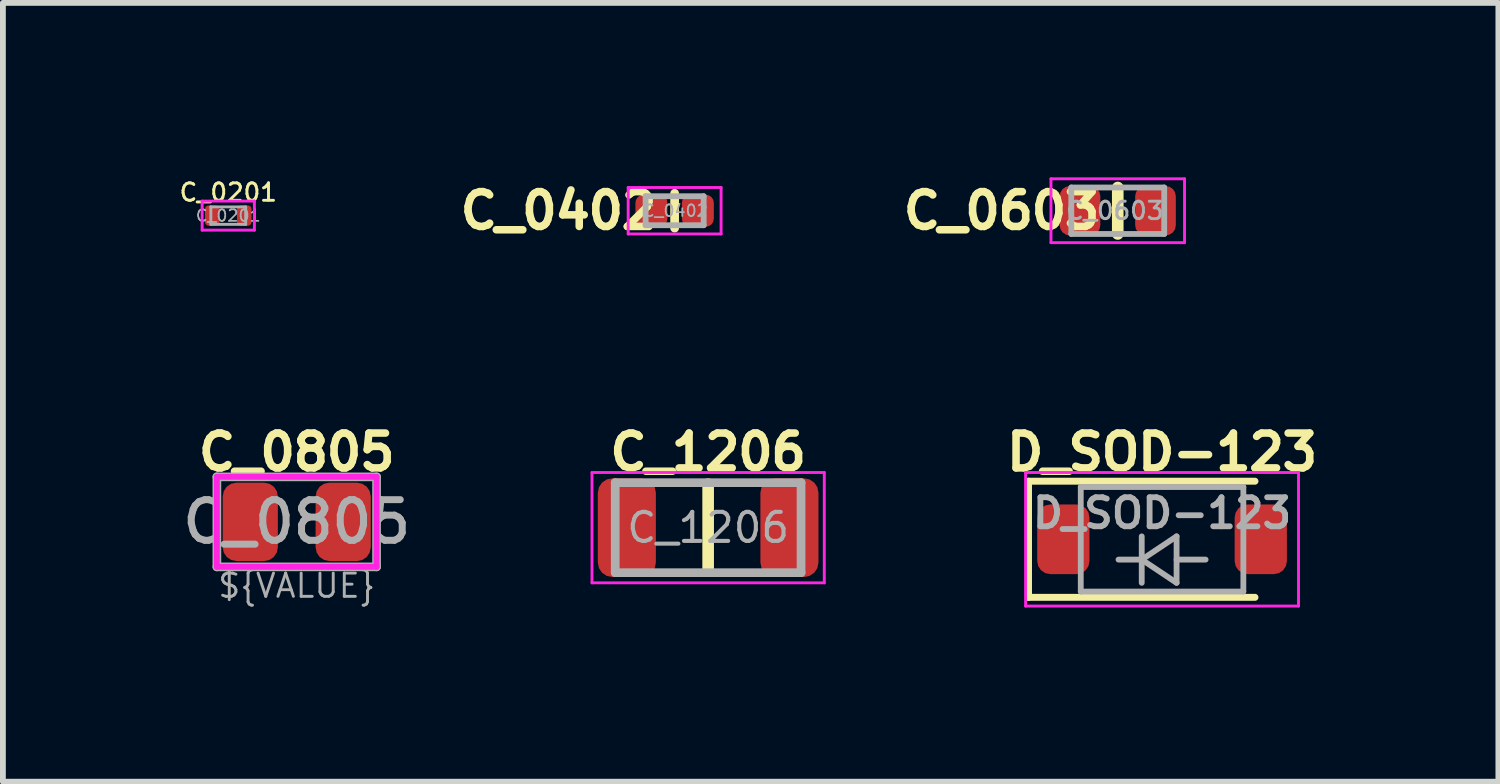
<source format=kicad_pcb>
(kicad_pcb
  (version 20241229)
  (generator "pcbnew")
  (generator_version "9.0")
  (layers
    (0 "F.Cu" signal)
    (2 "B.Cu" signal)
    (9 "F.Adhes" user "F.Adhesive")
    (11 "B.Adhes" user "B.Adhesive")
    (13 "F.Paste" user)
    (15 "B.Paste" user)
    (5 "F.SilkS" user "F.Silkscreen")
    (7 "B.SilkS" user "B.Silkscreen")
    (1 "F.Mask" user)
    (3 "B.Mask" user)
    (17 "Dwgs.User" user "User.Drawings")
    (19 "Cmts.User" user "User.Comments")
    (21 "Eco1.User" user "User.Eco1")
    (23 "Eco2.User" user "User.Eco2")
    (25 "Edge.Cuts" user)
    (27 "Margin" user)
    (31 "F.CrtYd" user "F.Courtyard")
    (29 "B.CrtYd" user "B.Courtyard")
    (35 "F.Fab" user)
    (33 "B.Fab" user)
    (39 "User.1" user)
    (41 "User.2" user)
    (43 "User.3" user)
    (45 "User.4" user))
  (footprint "C_1206"
    (layer "F.Cu")
    (at 9.145 6.037)
    (property "Reference" "C_1206" (at 0 -1.3 0) (layer "F.SilkS") (effects (font (size 0.6 0.6) (thickness 0.13))))
    (property "Value" "${VALUE}" (at 0 1.1 0) (layer "F.Fab") (hide yes) (effects (font (size 0.25 0.25) (thickness 0.05))))
    (attr smd)
    (fp_line (start 0 -0.75) (end 0 0.75) (stroke (width 0.2) (type solid)) (layer "F.SilkS"))
    (fp_line (start -2 -0.95) (end 2 -0.95) (stroke (width 0.05) (type solid)) (layer "F.CrtYd"))
    (fp_line (start -2 0.95) (end -2 -0.95) (stroke (width 0.05) (type solid)) (layer "F.CrtYd"))
    (fp_line (start 2 -0.95) (end 2 0.95) (stroke (width 0.05) (type solid)) (layer "F.CrtYd"))
    (fp_line (start 2 0.95) (end -2 0.95) (stroke (width 0.05) (type solid)) (layer "F.CrtYd"))
    (fp_line (start -1.6 -0.775) (end -1.6 0.775) (stroke (width 0.15) (type solid)) (layer "F.Fab"))
    (fp_line (start -1.6 -0.775) (end 1.6 -0.775) (stroke (width 0.15) (type solid)) (layer "F.Fab"))
    (fp_line (start 1.6 -0.775) (end 1.6 0.775) (stroke (width 0.15) (type solid)) (layer "F.Fab"))
    (fp_line (start 1.6 0.775) (end -1.6 0.775) (stroke (width 0.15) (type solid)) (layer "F.Fab"))
    (fp_text user "${REFERENCE}" (at 0 0 180) (layer "F.Fab") (effects (font (size 0.5 0.5) (thickness 0.07))))
    (pad "1" smd roundrect (at -1.4 0) (size 1 1.7) (layers "F.Cu" "F.Mask" "F.Paste") (roundrect_rratio 0.25))
    (pad "2" smd roundrect (at 1.4 0) (size 1 1.7) (layers "F.Cu" "F.Mask" "F.Paste") (roundrect_rratio 0.25)))
  (footprint "C_0201"
    (layer "F.Cu")
    (at 0.881 0.663)
    (property "Reference" "C_0201" (at 0 -0.4 0) (layer "F.SilkS") (effects (font (size 0.3 0.3) (thickness 0.05))))
    (attr smd)
    (fp_line (start -0.45 -0.25) (end 0.45 -0.25) (stroke (width 0.05) (type solid)) (layer "F.CrtYd"))
    (fp_line (start -0.45 0.25) (end -0.45 -0.25) (stroke (width 0.05) (type solid)) (layer "F.CrtYd"))
    (fp_line (start 0.45 -0.25) (end 0.45 0.25) (stroke (width 0.05) (type solid)) (layer "F.CrtYd"))
    (fp_line (start 0.45 0.25) (end -0.45 0.25) (stroke (width 0.05) (type solid)) (layer "F.CrtYd"))
    (fp_line (start -0.3 -0.15) (end 0.3 -0.15) (stroke (width 0.05) (type solid)) (layer "F.Fab"))
    (fp_line (start -0.3 0.15) (end -0.3 -0.15) (stroke (width 0.05) (type solid)) (layer "F.Fab"))
    (fp_line (start 0.3 -0.15) (end 0.3 0.15) (stroke (width 0.05) (type solid)) (layer "F.Fab"))
    (fp_line (start 0.3 0.15) (end -0.3 0.15) (stroke (width 0.05) (type solid)) (layer "F.Fab"))
    (fp_text user "${REFERENCE}" (at 0 0 0) (layer "F.Fab") (effects (font (size 0.2 0.2) (thickness 0.03))))
    (pad "1" smd roundrect (at -0.275 0) (size 0.25 0.35) (layers "F.Cu" "F.Mask" "F.Paste") (roundrect_rratio 0.25))
    (pad "2" smd roundrect (at 0.275 0) (size 0.25 0.35) (layers "F.Cu" "F.Mask" "F.Paste") (roundrect_rratio 0.25)))
  (footprint "D_SOD-123"
    (layer "F.Cu")
    (at 16.962 6.237)
    (property "Reference" "D_SOD-123" (at 0 -1.5 0) (layer "F.SilkS") (effects (font (size 0.6 0.6) (thickness 0.13))))
    (property "Value" "${VALUE}" (at 0 1.4 0) (layer "F.Fab") (hide yes) (effects (font (size 0.4 0.4) (thickness 0.05))))
    (attr smd)
    (fp_line (start -2.3 -1) (end -2.3 1) (stroke (width 0.12) (type solid)) (layer "F.SilkS"))
    (fp_line (start -2.3 -1) (end 1.6 -1) (stroke (width 0.12) (type solid)) (layer "F.SilkS"))
    (fp_line (start -2.3 1) (end 1.6 1) (stroke (width 0.12) (type solid)) (layer "F.SilkS"))
    (fp_line (start -2.35 -1.15) (end -2.35 1.15) (stroke (width 0.05) (type solid)) (layer "F.CrtYd"))
    (fp_line (start -2.35 -1.15) (end 2.35 -1.15) (stroke (width 0.05) (type solid)) (layer "F.CrtYd"))
    (fp_line (start 2.35 -1.15) (end 2.35 1.15) (stroke (width 0.05) (type solid)) (layer "F.CrtYd"))
    (fp_line (start 2.35 1.15) (end -2.35 1.15) (stroke (width 0.05) (type solid)) (layer "F.CrtYd"))
    (fp_line (start -1.4 -0.9) (end 1.4 -0.9) (stroke (width 0.1) (type solid)) (layer "F.Fab"))
    (fp_line (start -1.4 0.9) (end -1.4 -0.9) (stroke (width 0.1) (type solid)) (layer "F.Fab"))
    (fp_line (start -0.75 0.35) (end -0.35 0.35) (stroke (width 0.1) (type solid)) (layer "F.Fab"))
    (fp_line (start -0.35 0.35) (end -0.35 -0.05) (stroke (width 0.1) (type solid)) (layer "F.Fab"))
    (fp_line (start -0.35 0.35) (end -0.35 0.75) (stroke (width 0.1) (type solid)) (layer "F.Fab"))
    (fp_line (start -0.35 0.35) (end 0.25 -0.05) (stroke (width 0.1) (type solid)) (layer "F.Fab"))
    (fp_line (start 0.25 -0.05) (end 0.25 0.75) (stroke (width 0.1) (type solid)) (layer "F.Fab"))
    (fp_line (start 0.25 0.35) (end 0.75 0.35) (stroke (width 0.1) (type solid)) (layer "F.Fab"))
    (fp_line (start 0.25 0.75) (end -0.35 0.35) (stroke (width 0.1) (type solid)) (layer "F.Fab"))
    (fp_line (start 1.4 -0.9) (end 1.4 0.9) (stroke (width 0.1) (type solid)) (layer "F.Fab"))
    (fp_line (start 1.4 0.9) (end -1.4 0.9) (stroke (width 0.1) (type solid)) (layer "F.Fab"))
    (fp_text user "${REFERENCE}" (at 0 -0.45 180) (layer "F.Fab") (effects (font (size 0.5 0.5) (thickness 0.1))))
    (pad "1" smd roundrect (at -1.7 0) (size 0.9 1.2) (layers "F.Cu" "F.Mask" "F.Paste") (roundrect_rratio 0.25))
    (pad "2" smd roundrect (at 1.7 0) (size 0.9 1.2) (layers "F.Cu" "F.Mask" "F.Paste") (roundrect_rratio 0.25)))
  (footprint "C_0805"
    (layer "F.Cu")
    (at 2.06 5.937)
    (property "Reference" "C_0805" (at 0 -1.2 0) (layer "F.SilkS") (effects (font (size 0.6 0.6) (thickness 0.13))))
    (property "Value" "${VALUE}" (at 0 -1.5 0) (layer "F.Fab") (hide yes) (effects (font (size 0.127 0.127) (thickness 0.00025))))
    (attr smd)
    (fp_line (start -1.375 -0.775) (end 1.375 -0.775) (stroke (width 0.1) (type solid)) (layer "F.CrtYd"))
    (fp_line (start -1.375 0.775) (end -1.375 -0.775) (stroke (width 0.1) (type solid)) (layer "F.CrtYd"))
    (fp_line (start 1.375 -0.775) (end 1.375 0.775) (stroke (width 0.1) (type solid)) (layer "F.CrtYd"))
    (fp_line (start 1.375 0.775) (end -1.375 0.775) (stroke (width 0.1) (type solid)) (layer "F.CrtYd"))
    (fp_line (start -1.375 -0.775) (end 1.375 -0.775) (stroke (width 0.15) (type solid)) (layer "F.Fab"))
    (fp_line (start -1.375 0.775) (end -1.375 -0.775) (stroke (width 0.15) (type solid)) (layer "F.Fab"))
    (fp_line (start 1.375 -0.775) (end 1.375 0.775) (stroke (width 0.15) (type solid)) (layer "F.Fab"))
    (fp_line (start 1.375 0.775) (end -1.375 0.775) (stroke (width 0.15) (type solid)) (layer "F.Fab"))
    (fp_text user "${REFERENCE}" (at 0 0 0) (layer "F.Fab") (effects (font (size 0.7 0.7) (thickness 0.12))))
    (fp_text user "${VALUE}" (at 0 1.1 0) (layer "F.Fab") (effects (font (size 0.4 0.4) (thickness 0.05))))
    (pad "1" smd roundrect (at -0.8 0) (size 0.95 1.35) (layers "F.Cu" "F.Mask" "F.Paste") (roundrect_rratio 0.25))
    (pad "2" smd roundrect (at 0.8 0) (size 0.95 1.35) (layers "F.Cu" "F.Mask" "F.Paste") (roundrect_rratio 0.25)))
  (footprint "C_0402"
    (layer "F.Cu")
    (at 8.568 0.579)
    (property "Reference" "C_0402" (at -2 0 0) (layer "F.SilkS") (effects (font (size 0.6 0.6) (thickness 0.13))))
    (property "Value" "${VALUE}" (at 0 0.45 0) (layer "F.Fab") (hide yes) (effects (font (size 0.2 0.2) (thickness 0.03))))
    (attr smd)
    (fp_line (start 0 -0.3) (end 0 0.3) (stroke (width 0.15) (type solid)) (layer "F.SilkS"))
    (fp_line (start -0.8 -0.4) (end 0.8 -0.4) (stroke (width 0.05) (type solid)) (layer "F.CrtYd"))
    (fp_line (start -0.8 0.4) (end -0.8 -0.4) (stroke (width 0.05) (type solid)) (layer "F.CrtYd"))
    (fp_line (start 0.8 -0.4) (end 0.8 0.4) (stroke (width 0.05) (type solid)) (layer "F.CrtYd"))
    (fp_line (start 0.8 0.4) (end -0.8 0.4) (stroke (width 0.05) (type solid)) (layer "F.CrtYd"))
    (fp_line (start -0.5 -0.25) (end 0.5 -0.25) (stroke (width 0.1) (type solid)) (layer "F.Fab"))
    (fp_line (start -0.5 0.25) (end -0.5 -0.25) (stroke (width 0.1) (type solid)) (layer "F.Fab"))
    (fp_line (start 0.5 -0.25) (end 0.5 0.25) (stroke (width 0.1) (type solid)) (layer "F.Fab"))
    (fp_line (start 0.5 0.25) (end -0.5 0.25) (stroke (width 0.1) (type solid)) (layer "F.Fab"))
    (fp_text user "${REFERENCE}" (at 0.013 0 0) (layer "F.Fab") (effects (font (size 0.2 0.2) (thickness 0.03))))
    (pad "1" smd roundrect (at -0.4 0) (size 0.55 0.55) (layers "F.Cu" "F.Mask" "F.Paste") (roundrect_rratio 0.25))
    (pad "2" smd roundrect (at 0.4 0) (size 0.55 0.55) (layers "F.Cu" "F.Mask" "F.Paste") (roundrect_rratio 0.25)))
  (footprint "C_0603"
    (layer "F.Cu")
    (at 16.199 0.579)
    (property "Reference" "C_0603" (at -2 0 0) (layer "F.SilkS") (effects (font (size 0.6 0.6) (thickness 0.13))))
    (property "Value" "${VALUE}" (at 0 0.7 0) (layer "F.Fab") (hide yes) (effects (font (size 0.3 0.3) (thickness 0.05))))
    (attr smd)
    (fp_line (start 0 -0.4) (end 0 0.4) (stroke (width 0.2) (type solid)) (layer "F.SilkS"))
    (fp_line (start -1.15 -0.55) (end 1.15 -0.55) (stroke (width 0.05) (type solid)) (layer "F.CrtYd"))
    (fp_line (start -1.15 0.55) (end -1.15 -0.55) (stroke (width 0.05) (type solid)) (layer "F.CrtYd"))
    (fp_line (start 1.15 -0.55) (end 1.15 0.55) (stroke (width 0.05) (type solid)) (layer "F.CrtYd"))
    (fp_line (start 1.15 0.55) (end -1.15 0.55) (stroke (width 0.05) (type solid)) (layer "F.CrtYd"))
    (fp_line (start -0.8 -0.4) (end 0.8 -0.4) (stroke (width 0.1) (type solid)) (layer "F.Fab"))
    (fp_line (start -0.8 0.4) (end -0.8 -0.4) (stroke (width 0.1) (type solid)) (layer "F.Fab"))
    (fp_line (start 0.8 -0.4) (end 0.8 0.4) (stroke (width 0.1) (type solid)) (layer "F.Fab"))
    (fp_line (start 0.8 0.4) (end -0.8 0.4) (stroke (width 0.1) (type solid)) (layer "F.Fab"))
    (fp_text user "${REFERENCE}" (at -0.05 0 0) (layer "F.Fab") (effects (font (size 0.3 0.3) (thickness 0.05))))
    (pad "1" smd roundrect (at -0.65 0) (size 0.7 0.85) (layers "F.Cu" "F.Mask" "F.Paste") (roundrect_rratio 0.25))
    (pad "2" smd roundrect (at 0.65 0) (size 0.7 0.85) (layers "F.Cu" "F.Mask" "F.Paste") (roundrect_rratio 0.25)))
  (gr_rect
    (start -3 -3)
    (end 22.754 10.412)
    (stroke (width 0.1) (type default))
    (fill no)
    (layer "Edge.Cuts")))
</source>
